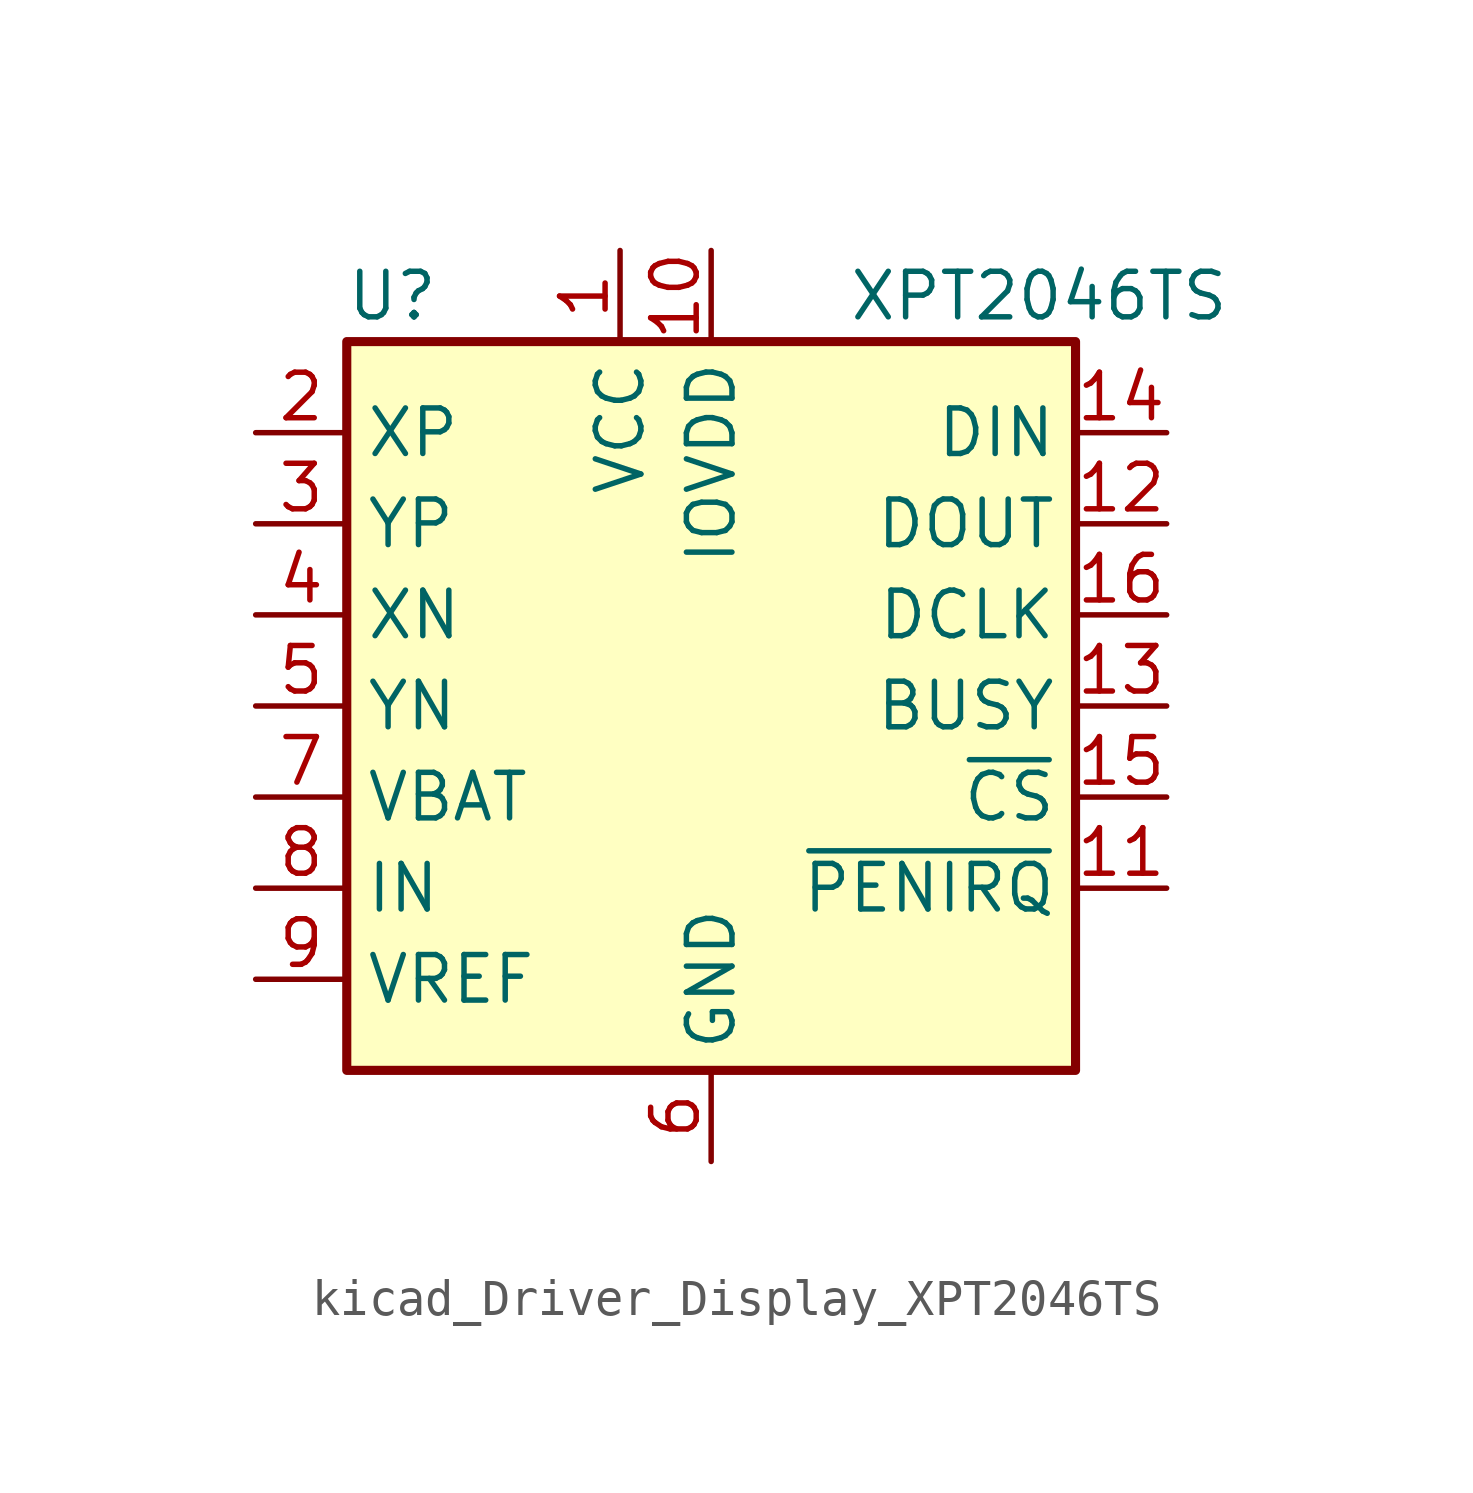
<source format=kicad_sym>
(kicad_symbol_lib
  (version 20220914)
  (generator kicad_symbol_editor)
  (symbol "kicad_Driver_Display_XPT2046TS"
    (property "Reference" "U"
      (at -8.89 11.43 0)
      (effects (font (size 1.27 1.27))))
    (property "Value" "XPT2046TS"
      (at 3.81 11.43 0)
      (effects (font (size 1.27 1.27)) (justify left)))
    (symbol "kicad_Driver_Display_XPT2046TS_0_1"
      (rectangle (start -10.16 10.16) (end 10.16 -10.16) (stroke (width 0.254) (type default)) (fill (type background))))
    (symbol "kicad_Driver_Display_XPT2046TS_1_1"
      (pin power_in line (at -2.54 12.7 270) (length 2.54) (name "VCC" (effects (font (size 1.27 1.27)))) (number "1" (effects (font (size 1.27 1.27)))))
      (pin power_in line (at 0 12.7 270) (length 2.54) (name "IOVDD" (effects (font (size 1.27 1.27)))) (number "10" (effects (font (size 1.27 1.27)))))
      (pin open_collector line (at 12.7 -5.08 180) (length 2.54) (name "~{PENIRQ}" (effects (font (size 1.27 1.27)))) (number "11" (effects (font (size 1.27 1.27)))))
      (pin output line (at 12.7 5.08 180) (length 2.54) (name "DOUT" (effects (font (size 1.27 1.27)))) (number "12" (effects (font (size 1.27 1.27)))))
      (pin output line (at 12.7 0 180) (length 2.54) (name "BUSY" (effects (font (size 1.27 1.27)))) (number "13" (effects (font (size 1.27 1.27)))))
      (pin input line (at 12.7 7.62 180) (length 2.54) (name "DIN" (effects (font (size 1.27 1.27)))) (number "14" (effects (font (size 1.27 1.27)))))
      (pin input line (at 12.7 -2.54 180) (length 2.54) (name "~{CS}" (effects (font (size 1.27 1.27)))) (number "15" (effects (font (size 1.27 1.27)))))
      (pin input line (at 12.7 2.54 180) (length 2.54) (name "DCLK" (effects (font (size 1.27 1.27)))) (number "16" (effects (font (size 1.27 1.27)))))
      (pin input line (at -12.7 7.62 0) (length 2.54) (name "XP" (effects (font (size 1.27 1.27)))) (number "2" (effects (font (size 1.27 1.27)))))
      (pin input line (at -12.7 5.08 0) (length 2.54) (name "YP" (effects (font (size 1.27 1.27)))) (number "3" (effects (font (size 1.27 1.27)))))
      (pin input line (at -12.7 2.54 0) (length 2.54) (name "XN" (effects (font (size 1.27 1.27)))) (number "4" (effects (font (size 1.27 1.27)))))
      (pin input line (at -12.7 0 0) (length 2.54) (name "YN" (effects (font (size 1.27 1.27)))) (number "5" (effects (font (size 1.27 1.27)))))
      (pin power_in line (at 0 -12.7 90) (length 2.54) (name "GND" (effects (font (size 1.27 1.27)))) (number "6" (effects (font (size 1.27 1.27)))))
      (pin power_in line (at -12.7 -2.54 0) (length 2.54) (name "VBAT" (effects (font (size 1.27 1.27)))) (number "7" (effects (font (size 1.27 1.27)))))
      (pin input line (at -12.7 -5.08 0) (length 2.54) (name "IN" (effects (font (size 1.27 1.27)))) (number "8" (effects (font (size 1.27 1.27)))))
      (pin bidirectional line (at -12.7 -7.62 0) (length 2.54) (name "VREF" (effects (font (size 1.27 1.27)))) (number "9" (effects (font (size 1.27 1.27))))))))
</source>
